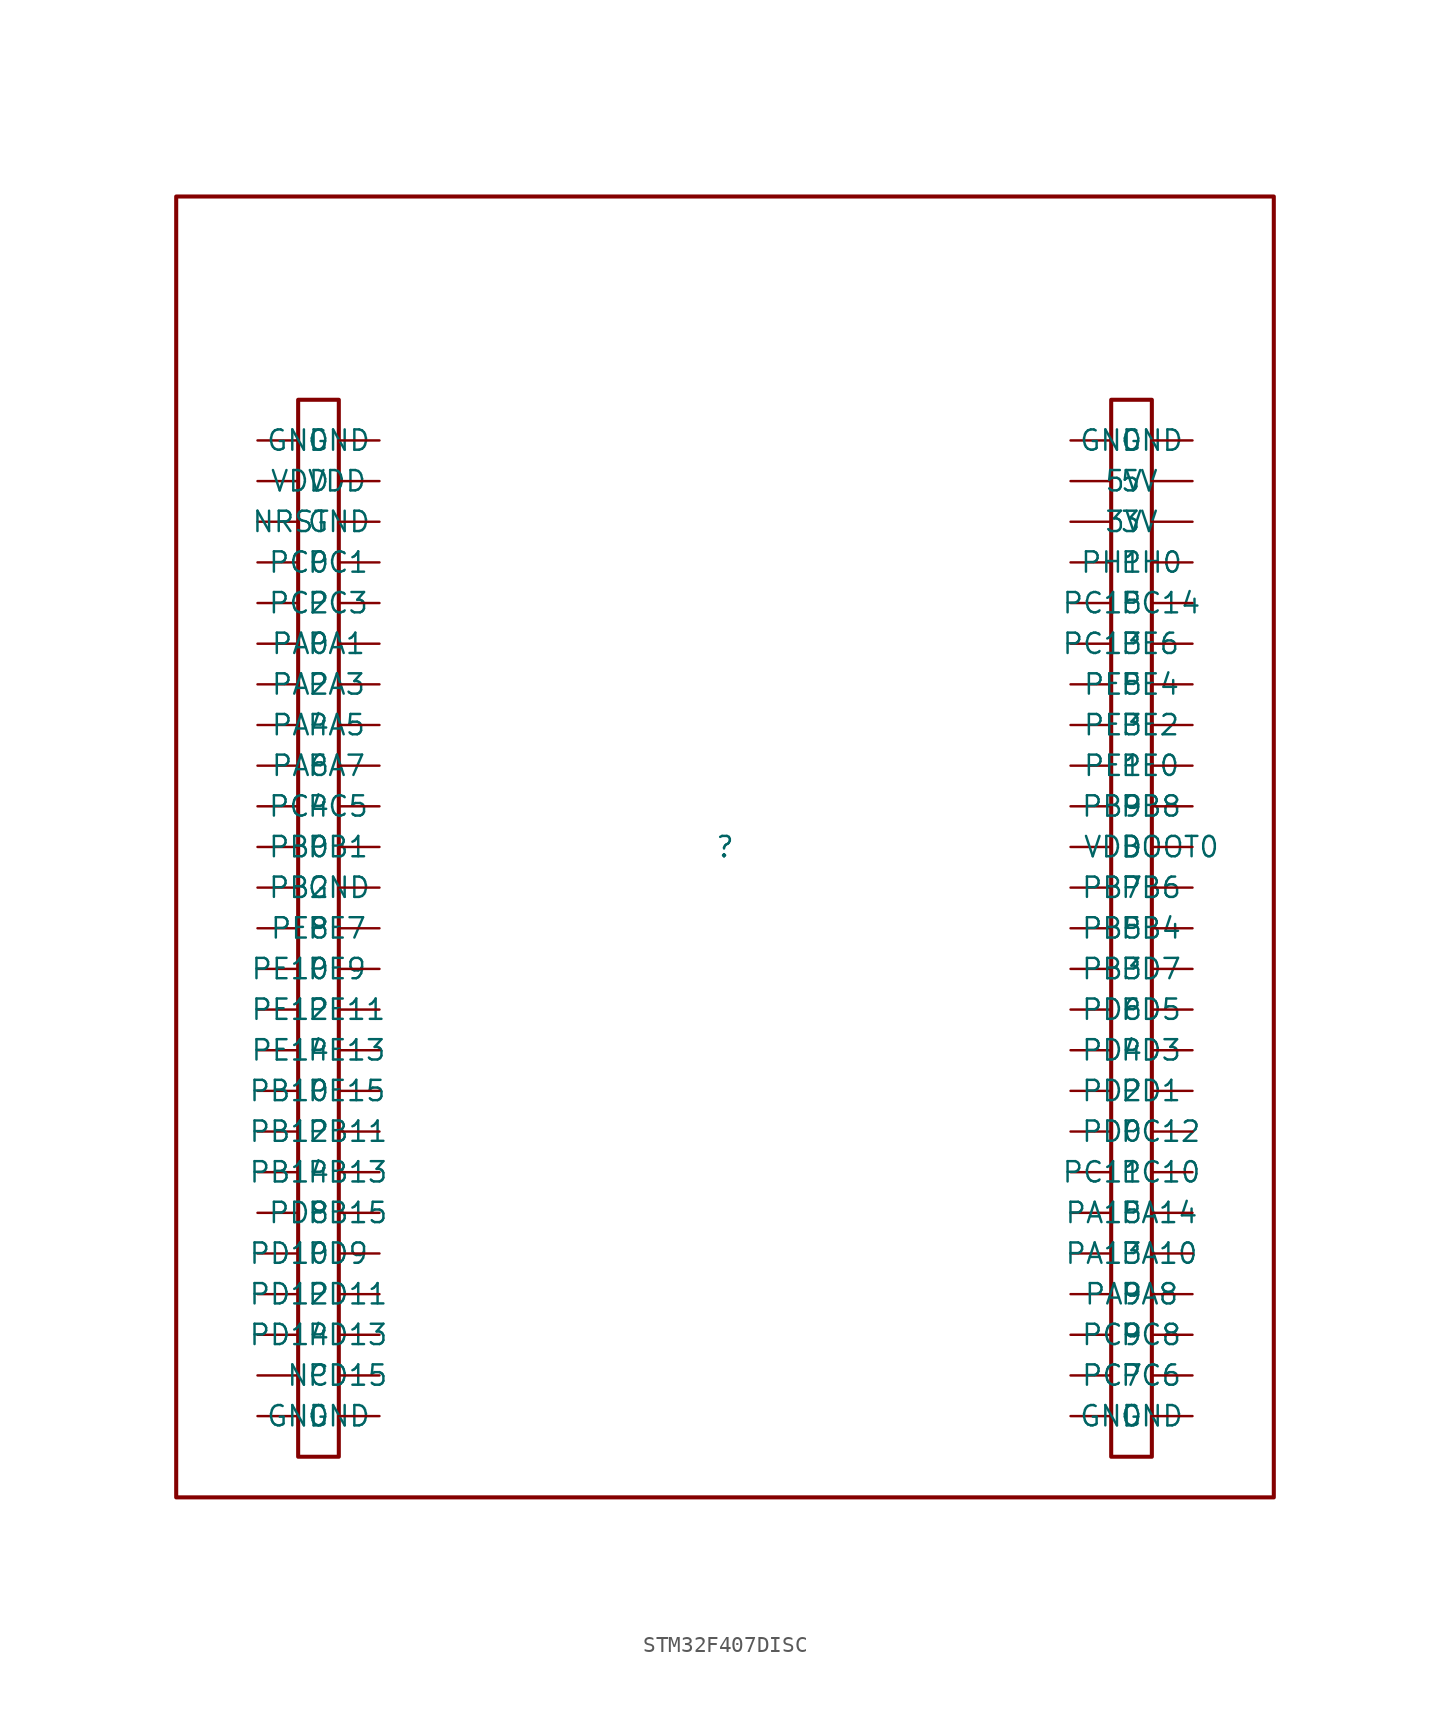
<source format=kicad_sym>
(kicad_symbol_lib
  (version 20241209)
  (generator "kicad_symbol_editor")
  (generator_version "9.0")
  (symbol "STM32F407DISC"
    (property "Reference" ""
      (at 0 0 0)
      (effects (font (size 1.27 1.27))))
    (property "Value" ""
      (at 0 0 0)
      (effects (font (size 1.27 1.27))))
    (symbol "STM32F407DISC_1_0"
      (rectangle (start -24.13 27.94) (end -26.67 -38.1) (stroke (width 0.254) (type solid)) (fill (type none)))
      (rectangle (start 26.67 27.94) (end 24.13 -38.1) (stroke (width 0.254) (type solid)) (fill (type none)))
      (rectangle (start 34.29 40.64) (end -34.29 -40.64) (stroke (width 0.254) (type solid)) (fill (type none)))
      (pin passive line (at -29.21 25.4 0) (length 2.54) (name "GND" (effects (font (size 1.27 1.27)))) (number "1" (effects (font (size 0 0)))))
      (pin passive line (at -29.21 22.86 0) (length 2.54) (name "VDD" (effects (font (size 1.27 1.27)))) (number "2" (effects (font (size 0 0)))))
      (pin passive line (at -29.21 20.32 0) (length 2.54) (name "GND" (effects (font (size 1.27 1.27)))) (number "3" (effects (font (size 0 0)))))
      (pin passive line (at -29.21 17.78 0) (length 2.54) (name "PC1" (effects (font (size 1.27 1.27)))) (number "4" (effects (font (size 0 0)))))
      (pin passive line (at -29.21 15.24 0) (length 2.54) (name "PC3" (effects (font (size 1.27 1.27)))) (number "5" (effects (font (size 0 0)))))
      (pin passive line (at -29.21 12.7 0) (length 2.54) (name "PA1" (effects (font (size 1.27 1.27)))) (number "6" (effects (font (size 0 0)))))
      (pin passive line (at -29.21 10.16 0) (length 2.54) (name "PA3" (effects (font (size 1.27 1.27)))) (number "7" (effects (font (size 0 0)))))
      (pin passive line (at -29.21 7.62 0) (length 2.54) (name "PA5" (effects (font (size 1.27 1.27)))) (number "8" (effects (font (size 0 0)))))
      (pin passive line (at -29.21 5.08 0) (length 2.54) (name "PA7" (effects (font (size 1.27 1.27)))) (number "9" (effects (font (size 0 0)))))
      (pin passive line (at -29.21 2.54 0) (length 2.54) (name "PC5" (effects (font (size 1.27 1.27)))) (number "10" (effects (font (size 0 0)))))
      (pin passive line (at -29.21 0 0) (length 2.54) (name "PB1" (effects (font (size 1.27 1.27)))) (number "11" (effects (font (size 0 0)))))
      (pin passive line (at -29.21 -2.54 0) (length 2.54) (name "GND" (effects (font (size 1.27 1.27)))) (number "12" (effects (font (size 0 0)))))
      (pin passive line (at -29.21 -5.08 0) (length 2.54) (name "PE7" (effects (font (size 1.27 1.27)))) (number "13" (effects (font (size 0 0)))))
      (pin passive line (at -29.21 -7.62 0) (length 2.54) (name "PE9" (effects (font (size 1.27 1.27)))) (number "14" (effects (font (size 0 0)))))
      (pin passive line (at -29.21 -10.16 0) (length 2.54) (name "PE11" (effects (font (size 1.27 1.27)))) (number "15" (effects (font (size 0 0)))))
      (pin passive line (at -29.21 -12.7 0) (length 2.54) (name "PE13" (effects (font (size 1.27 1.27)))) (number "16" (effects (font (size 0 0)))))
      (pin passive line (at -29.21 -15.24 0) (length 2.54) (name "PE15" (effects (font (size 1.27 1.27)))) (number "17" (effects (font (size 0 0)))))
      (pin passive line (at -29.21 -17.78 0) (length 2.54) (name "PB11" (effects (font (size 1.27 1.27)))) (number "18" (effects (font (size 0 0)))))
      (pin passive line (at -29.21 -20.32 0) (length 2.54) (name "PB13" (effects (font (size 1.27 1.27)))) (number "19" (effects (font (size 0 0)))))
      (pin passive line (at -29.21 -22.86 0) (length 2.54) (name "PB15" (effects (font (size 1.27 1.27)))) (number "20" (effects (font (size 0 0)))))
      (pin passive line (at -29.21 -25.4 0) (length 2.54) (name "PD9" (effects (font (size 1.27 1.27)))) (number "21" (effects (font (size 0 0)))))
      (pin passive line (at -29.21 -27.94 0) (length 2.54) (name "PD11" (effects (font (size 1.27 1.27)))) (number "22" (effects (font (size 0 0)))))
      (pin passive line (at -29.21 -30.48 0) (length 2.54) (name "PD13" (effects (font (size 1.27 1.27)))) (number "23" (effects (font (size 0 0)))))
      (pin passive line (at -29.21 -33.02 0) (length 2.54) (name "PD15" (effects (font (size 1.27 1.27)))) (number "24" (effects (font (size 0 0)))))
      (pin passive line (at -29.21 -35.56 0) (length 2.54) (name "GND" (effects (font (size 1.27 1.27)))) (number "25" (effects (font (size 0 0)))))
      (pin passive line (at -21.59 25.4 180) (length 2.54) (name "GND" (effects (font (size 1.27 1.27)))) (number "26" (effects (font (size 0 0)))))
      (pin passive line (at -21.59 22.86 180) (length 2.54) (name "VDD" (effects (font (size 1.27 1.27)))) (number "27" (effects (font (size 0 0)))))
      (pin passive line (at -21.59 20.32 180) (length 2.54) (name "NRST" (effects (font (size 1.27 1.27)))) (number "28" (effects (font (size 0 0)))))
      (pin passive line (at -21.59 17.78 180) (length 2.54) (name "PC0" (effects (font (size 1.27 1.27)))) (number "29" (effects (font (size 0 0)))))
      (pin passive line (at -21.59 15.24 180) (length 2.54) (name "PC2" (effects (font (size 1.27 1.27)))) (number "30" (effects (font (size 0 0)))))
      (pin passive line (at -21.59 12.7 180) (length 2.54) (name "PA0" (effects (font (size 1.27 1.27)))) (number "31" (effects (font (size 0 0)))))
      (pin passive line (at -21.59 10.16 180) (length 2.54) (name "PA2" (effects (font (size 1.27 1.27)))) (number "32" (effects (font (size 0 0)))))
      (pin passive line (at -21.59 7.62 180) (length 2.54) (name "PA4" (effects (font (size 1.27 1.27)))) (number "33" (effects (font (size 0 0)))))
      (pin passive line (at -21.59 5.08 180) (length 2.54) (name "PA6" (effects (font (size 1.27 1.27)))) (number "34" (effects (font (size 0 0)))))
      (pin passive line (at -21.59 2.54 180) (length 2.54) (name "PC4" (effects (font (size 1.27 1.27)))) (number "35" (effects (font (size 0 0)))))
      (pin passive line (at -21.59 0 180) (length 2.54) (name "PB0" (effects (font (size 1.27 1.27)))) (number "36" (effects (font (size 0 0)))))
      (pin passive line (at -21.59 -2.54 180) (length 2.54) (name "PB2" (effects (font (size 1.27 1.27)))) (number "37" (effects (font (size 0 0)))))
      (pin passive line (at -21.59 -5.08 180) (length 2.54) (name "PE8" (effects (font (size 1.27 1.27)))) (number "38" (effects (font (size 0 0)))))
      (pin passive line (at -21.59 -7.62 180) (length 2.54) (name "PE10" (effects (font (size 1.27 1.27)))) (number "39" (effects (font (size 0 0)))))
      (pin passive line (at -21.59 -10.16 180) (length 2.54) (name "PE12" (effects (font (size 1.27 1.27)))) (number "40" (effects (font (size 0 0)))))
      (pin passive line (at -21.59 -12.7 180) (length 2.54) (name "PE14" (effects (font (size 1.27 1.27)))) (number "41" (effects (font (size 0 0)))))
      (pin passive line (at -21.59 -15.24 180) (length 2.54) (name "PB10" (effects (font (size 1.27 1.27)))) (number "42" (effects (font (size 0 0)))))
      (pin passive line (at -21.59 -17.78 180) (length 2.54) (name "PB12" (effects (font (size 1.27 1.27)))) (number "43" (effects (font (size 0 0)))))
      (pin passive line (at -21.59 -20.32 180) (length 2.54) (name "PB14" (effects (font (size 1.27 1.27)))) (number "44" (effects (font (size 0 0)))))
      (pin passive line (at -21.59 -22.86 180) (length 2.54) (name "PD8" (effects (font (size 1.27 1.27)))) (number "45" (effects (font (size 0 0)))))
      (pin passive line (at -21.59 -25.4 180) (length 2.54) (name "PD10" (effects (font (size 1.27 1.27)))) (number "46" (effects (font (size 0 0)))))
      (pin passive line (at -21.59 -27.94 180) (length 2.54) (name "PD12" (effects (font (size 1.27 1.27)))) (number "47" (effects (font (size 0 0)))))
      (pin passive line (at -21.59 -30.48 180) (length 2.54) (name "PD14" (effects (font (size 1.27 1.27)))) (number "48" (effects (font (size 0 0)))))
      (pin passive line (at -21.59 -33.02 180) (length 2.54) (name "NC" (effects (font (size 1.27 1.27)))) (number "49" (effects (font (size 0 0)))))
      (pin passive line (at -21.59 -35.56 180) (length 2.54) (name "GND" (effects (font (size 1.27 1.27)))) (number "50" (effects (font (size 0 0)))))
      (pin passive line (at 21.59 25.4 0) (length 2.54) (name "GND" (effects (font (size 1.27 1.27)))) (number "51" (effects (font (size 0 0)))))
      (pin passive line (at 21.59 22.86 0) (length 2.54) (name "5V" (effects (font (size 1.27 1.27)))) (number "52" (effects (font (size 0 0)))))
      (pin passive line (at 21.59 20.32 0) (length 2.54) (name "3V" (effects (font (size 1.27 1.27)))) (number "53" (effects (font (size 0 0)))))
      (pin passive line (at 21.59 17.78 0) (length 2.54) (name "PH0" (effects (font (size 1.27 1.27)))) (number "54" (effects (font (size 0 0)))))
      (pin passive line (at 21.59 15.24 0) (length 2.54) (name "PC14" (effects (font (size 1.27 1.27)))) (number "55" (effects (font (size 0 0)))))
      (pin passive line (at 21.59 12.7 0) (length 2.54) (name "PE6" (effects (font (size 1.27 1.27)))) (number "56" (effects (font (size 0 0)))))
      (pin passive line (at 21.59 10.16 0) (length 2.54) (name "PE4" (effects (font (size 1.27 1.27)))) (number "57" (effects (font (size 0 0)))))
      (pin passive line (at 21.59 7.62 0) (length 2.54) (name "PE2" (effects (font (size 1.27 1.27)))) (number "58" (effects (font (size 0 0)))))
      (pin passive line (at 21.59 5.08 0) (length 2.54) (name "PE0" (effects (font (size 1.27 1.27)))) (number "59" (effects (font (size 0 0)))))
      (pin passive line (at 21.59 2.54 0) (length 2.54) (name "PB8" (effects (font (size 1.27 1.27)))) (number "60" (effects (font (size 0 0)))))
      (pin passive line (at 21.59 0 0) (length 2.54) (name "BOOT0" (effects (font (size 1.27 1.27)))) (number "61" (effects (font (size 0 0)))))
      (pin passive line (at 21.59 -2.54 0) (length 2.54) (name "PB6" (effects (font (size 1.27 1.27)))) (number "62" (effects (font (size 0 0)))))
      (pin passive line (at 21.59 -5.08 0) (length 2.54) (name "PB4" (effects (font (size 1.27 1.27)))) (number "63" (effects (font (size 0 0)))))
      (pin passive line (at 21.59 -7.62 0) (length 2.54) (name "PD7" (effects (font (size 1.27 1.27)))) (number "64" (effects (font (size 0 0)))))
      (pin passive line (at 21.59 -10.16 0) (length 2.54) (name "PD5" (effects (font (size 1.27 1.27)))) (number "65" (effects (font (size 0 0)))))
      (pin passive line (at 21.59 -12.7 0) (length 2.54) (name "PD3" (effects (font (size 1.27 1.27)))) (number "66" (effects (font (size 0 0)))))
      (pin passive line (at 21.59 -15.24 0) (length 2.54) (name "PD1" (effects (font (size 1.27 1.27)))) (number "67" (effects (font (size 0 0)))))
      (pin passive line (at 21.59 -17.78 0) (length 2.54) (name "PC12" (effects (font (size 1.27 1.27)))) (number "68" (effects (font (size 0 0)))))
      (pin passive line (at 21.59 -20.32 0) (length 2.54) (name "PC10" (effects (font (size 1.27 1.27)))) (number "69" (effects (font (size 0 0)))))
      (pin passive line (at 21.59 -22.86 0) (length 2.54) (name "PA14" (effects (font (size 1.27 1.27)))) (number "70" (effects (font (size 0 0)))))
      (pin passive line (at 21.59 -25.4 0) (length 2.54) (name "PA10" (effects (font (size 1.27 1.27)))) (number "71" (effects (font (size 0 0)))))
      (pin passive line (at 21.59 -27.94 0) (length 2.54) (name "PA8" (effects (font (size 1.27 1.27)))) (number "72" (effects (font (size 0 0)))))
      (pin passive line (at 21.59 -30.48 0) (length 2.54) (name "PC8" (effects (font (size 1.27 1.27)))) (number "73" (effects (font (size 0 0)))))
      (pin passive line (at 21.59 -33.02 0) (length 2.54) (name "PC6" (effects (font (size 1.27 1.27)))) (number "74" (effects (font (size 0 0)))))
      (pin passive line (at 21.59 -35.56 0) (length 2.54) (name "GND" (effects (font (size 1.27 1.27)))) (number "75" (effects (font (size 0 0)))))
      (pin passive line (at 29.21 25.4 180) (length 2.54) (name "GND" (effects (font (size 1.27 1.27)))) (number "76" (effects (font (size 0 0)))))
      (pin passive line (at 29.21 22.86 180) (length 2.54) (name "5V" (effects (font (size 1.27 1.27)))) (number "77" (effects (font (size 0 0)))))
      (pin passive line (at 29.21 20.32 180) (length 2.54) (name "3V" (effects (font (size 1.27 1.27)))) (number "78" (effects (font (size 0 0)))))
      (pin passive line (at 29.21 17.78 180) (length 2.54) (name "PH1" (effects (font (size 1.27 1.27)))) (number "79" (effects (font (size 0 0)))))
      (pin passive line (at 29.21 15.24 180) (length 2.54) (name "PC15" (effects (font (size 1.27 1.27)))) (number "80" (effects (font (size 0 0)))))
      (pin passive line (at 29.21 12.7 180) (length 2.54) (name "PC13" (effects (font (size 1.27 1.27)))) (number "81" (effects (font (size 0 0)))))
      (pin passive line (at 29.21 10.16 180) (length 2.54) (name "PE5" (effects (font (size 1.27 1.27)))) (number "82" (effects (font (size 0 0)))))
      (pin passive line (at 29.21 7.62 180) (length 2.54) (name "PE3" (effects (font (size 1.27 1.27)))) (number "83" (effects (font (size 0 0)))))
      (pin passive line (at 29.21 5.08 180) (length 2.54) (name "PE1" (effects (font (size 1.27 1.27)))) (number "84" (effects (font (size 0 0)))))
      (pin passive line (at 29.21 2.54 180) (length 2.54) (name "PB9" (effects (font (size 1.27 1.27)))) (number "85" (effects (font (size 0 0)))))
      (pin passive line (at 29.21 0 180) (length 2.54) (name "VDD" (effects (font (size 1.27 1.27)))) (number "86" (effects (font (size 0 0)))))
      (pin passive line (at 29.21 -2.54 180) (length 2.54) (name "PB7" (effects (font (size 1.27 1.27)))) (number "87" (effects (font (size 0 0)))))
      (pin passive line (at 29.21 -5.08 180) (length 2.54) (name "PB5" (effects (font (size 1.27 1.27)))) (number "88" (effects (font (size 0 0)))))
      (pin passive line (at 29.21 -7.62 180) (length 2.54) (name "PB3" (effects (font (size 1.27 1.27)))) (number "89" (effects (font (size 0 0)))))
      (pin passive line (at 29.21 -10.16 180) (length 2.54) (name "PD6" (effects (font (size 1.27 1.27)))) (number "90" (effects (font (size 0 0)))))
      (pin passive line (at 29.21 -12.7 180) (length 2.54) (name "PD4" (effects (font (size 1.27 1.27)))) (number "91" (effects (font (size 0 0)))))
      (pin passive line (at 29.21 -15.24 180) (length 2.54) (name "PD2" (effects (font (size 1.27 1.27)))) (number "92" (effects (font (size 0 0)))))
      (pin passive line (at 29.21 -17.78 180) (length 2.54) (name "PD0" (effects (font (size 1.27 1.27)))) (number "93" (effects (font (size 0 0)))))
      (pin passive line (at 29.21 -20.32 180) (length 2.54) (name "PC11" (effects (font (size 1.27 1.27)))) (number "94" (effects (font (size 0 0)))))
      (pin passive line (at 29.21 -22.86 180) (length 2.54) (name "PA15" (effects (font (size 1.27 1.27)))) (number "95" (effects (font (size 0 0)))))
      (pin passive line (at 29.21 -25.4 180) (length 2.54) (name "PA13" (effects (font (size 1.27 1.27)))) (number "96" (effects (font (size 0 0)))))
      (pin passive line (at 29.21 -27.94 180) (length 2.54) (name "PA9" (effects (font (size 1.27 1.27)))) (number "97" (effects (font (size 0 0)))))
      (pin passive line (at 29.21 -30.48 180) (length 2.54) (name "PC9" (effects (font (size 1.27 1.27)))) (number "98" (effects (font (size 0 0)))))
      (pin passive line (at 29.21 -33.02 180) (length 2.54) (name "PC7" (effects (font (size 1.27 1.27)))) (number "99" (effects (font (size 0 0)))))
      (pin passive line (at 29.21 -35.56 180) (length 2.54) (name "GND" (effects (font (size 1.27 1.27)))) (number "100" (effects (font (size 0 0))))))))
</source>
